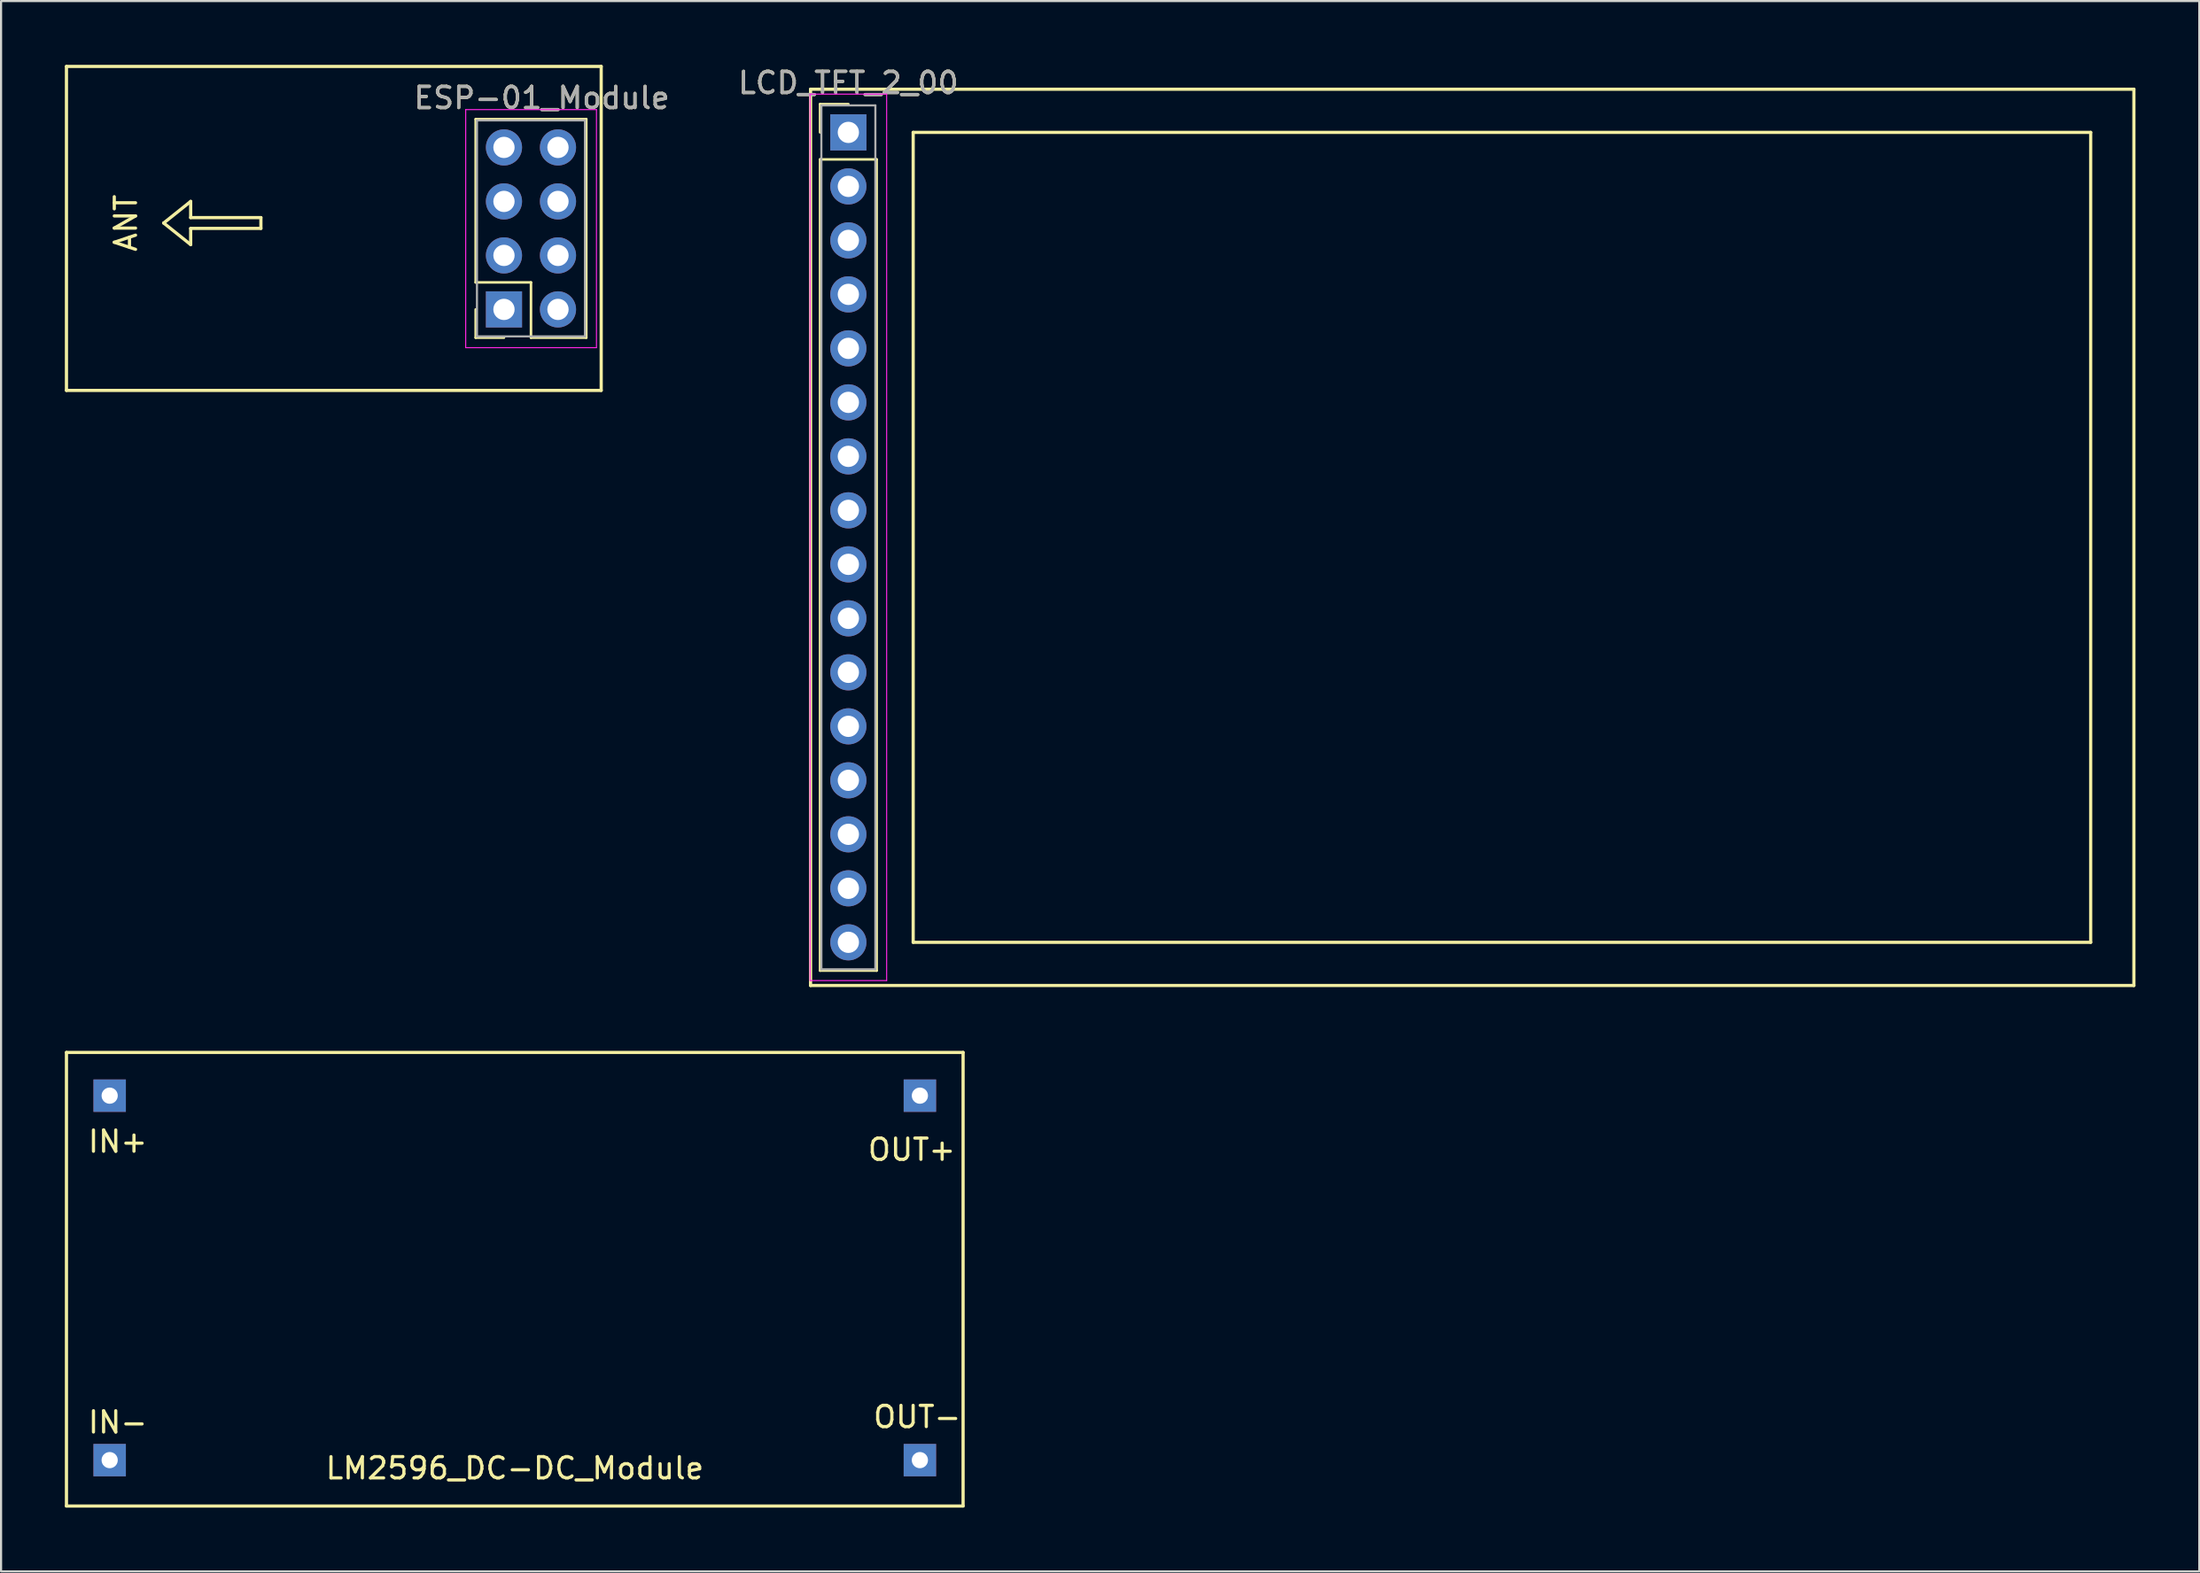
<source format=kicad_pcb>
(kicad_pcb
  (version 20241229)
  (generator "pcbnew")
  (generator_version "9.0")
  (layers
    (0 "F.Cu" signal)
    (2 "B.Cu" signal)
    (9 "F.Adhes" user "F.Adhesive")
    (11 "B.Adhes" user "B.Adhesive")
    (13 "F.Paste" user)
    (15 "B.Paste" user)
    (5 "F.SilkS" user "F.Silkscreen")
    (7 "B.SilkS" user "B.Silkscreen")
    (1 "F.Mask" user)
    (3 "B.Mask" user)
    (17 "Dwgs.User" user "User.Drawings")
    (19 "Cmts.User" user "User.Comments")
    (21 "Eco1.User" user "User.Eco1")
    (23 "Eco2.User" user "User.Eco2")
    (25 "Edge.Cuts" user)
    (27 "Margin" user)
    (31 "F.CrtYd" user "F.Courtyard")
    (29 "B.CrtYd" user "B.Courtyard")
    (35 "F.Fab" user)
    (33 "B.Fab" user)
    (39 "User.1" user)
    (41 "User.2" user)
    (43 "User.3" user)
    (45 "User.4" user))
  (footprint "ESP-01_Module"
    (layer "F.Cu")
    (at 21.157 3.885)
    (property "Reference" "ESP-01_Module" (at 1.27 -2.33 0) (layer "F.SilkS") (effects (font (size 1 1) (thickness 0.15))))
    (attr through_hole)
    (fp_line (start -21.082 -3.81) (end 4.064 -3.81) (stroke (width 0.15) (type solid)) (layer "F.SilkS"))
    (fp_line (start -21.082 11.43) (end -21.082 -3.81) (stroke (width 0.15) (type solid)) (layer "F.SilkS"))
    (fp_line (start -16.51 3.556) (end -15.24 2.54) (stroke (width 0.15) (type solid)) (layer "F.SilkS"))
    (fp_line (start -15.24 2.54) (end -15.24 3.302) (stroke (width 0.15) (type solid)) (layer "F.SilkS"))
    (fp_line (start -15.24 3.302) (end -11.938 3.302) (stroke (width 0.15) (type solid)) (layer "F.SilkS"))
    (fp_line (start -15.24 3.81) (end -15.24 4.572) (stroke (width 0.15) (type solid)) (layer "F.SilkS"))
    (fp_line (start -15.24 4.572) (end -16.51 3.556) (stroke (width 0.15) (type solid)) (layer "F.SilkS"))
    (fp_line (start -11.938 3.302) (end -11.938 3.81) (stroke (width 0.15) (type solid)) (layer "F.SilkS"))
    (fp_line (start -11.938 3.81) (end -15.24 3.81) (stroke (width 0.15) (type solid)) (layer "F.SilkS"))
    (fp_line (start -1.838 -1.33) (end 3.362 -1.33) (stroke (width 0.12) (type solid)) (layer "F.SilkS"))
    (fp_line (start -1.838 6.35) (end -1.838 -1.33) (stroke (width 0.12) (type solid)) (layer "F.SilkS"))
    (fp_line (start -1.838 7.62) (end -1.838 8.95) (stroke (width 0.12) (type solid)) (layer "F.SilkS"))
    (fp_line (start -1.838 8.95) (end -0.508 8.95) (stroke (width 0.12) (type solid)) (layer "F.SilkS"))
    (fp_line (start 0.762 6.35) (end -1.838 6.35) (stroke (width 0.12) (type solid)) (layer "F.SilkS"))
    (fp_line (start 0.762 8.95) (end 0.762 6.35) (stroke (width 0.12) (type solid)) (layer "F.SilkS"))
    (fp_line (start 3.362 -1.33) (end 3.362 8.95) (stroke (width 0.12) (type solid)) (layer "F.SilkS"))
    (fp_line (start 3.362 8.95) (end 0.762 8.95) (stroke (width 0.12) (type solid)) (layer "F.SilkS"))
    (fp_line (start 4.064 -3.81) (end 4.064 11.43) (stroke (width 0.15) (type solid)) (layer "F.SilkS"))
    (fp_line (start 4.064 11.43) (end -21.082 11.43) (stroke (width 0.15) (type solid)) (layer "F.SilkS"))
    (fp_line (start -2.308 -1.78) (end 3.842 -1.78) (stroke (width 0.05) (type solid)) (layer "F.CrtYd"))
    (fp_line (start -2.308 9.42) (end -2.308 -1.78) (stroke (width 0.05) (type solid)) (layer "F.CrtYd"))
    (fp_line (start 3.842 -1.78) (end 3.842 9.42) (stroke (width 0.05) (type solid)) (layer "F.CrtYd"))
    (fp_line (start 3.842 9.42) (end -2.308 9.42) (stroke (width 0.05) (type solid)) (layer "F.CrtYd"))
    (fp_line (start -1.778 -1.27) (end 3.302 -1.27) (stroke (width 0.1) (type solid)) (layer "F.Fab"))
    (fp_line (start -1.778 8.89) (end -1.778 -1.27) (stroke (width 0.1) (type solid)) (layer "F.Fab"))
    (fp_line (start 3.302 -1.27) (end 3.302 8.89) (stroke (width 0.1) (type solid)) (layer "F.Fab"))
    (fp_line (start 3.302 8.89) (end -1.778 8.89) (stroke (width 0.1) (type solid)) (layer "F.Fab"))
    (fp_text user "ANT" (at -18.288 3.556 90) (layer "F.SilkS") (effects (font (size 1 1) (thickness 0.15))))
    (fp_text user "${REFERENCE}" (at 1.27 -2.33 0) (layer "F.Fab") (effects (font (size 1 1) (thickness 0.15))))
    (pad "1" thru_hole rect (at -0.508 7.62 180) (size 1.7 1.7) (drill 1) (layers "*.Cu" "*.Mask"))
    (pad "2" thru_hole oval (at 2.032 7.62 180) (size 1.7 1.7) (drill 1) (layers "*.Cu" "*.Mask"))
    (pad "3" thru_hole oval (at -0.508 5.08 180) (size 1.7 1.7) (drill 1) (layers "*.Cu" "*.Mask"))
    (pad "4" thru_hole oval (at 2.032 5.08 180) (size 1.7 1.7) (drill 1) (layers "*.Cu" "*.Mask"))
    (pad "5" thru_hole oval (at -0.508 2.54 180) (size 1.7 1.7) (drill 1) (layers "*.Cu" "*.Mask"))
    (pad "6" thru_hole oval (at 2.032 2.54 180) (size 1.7 1.7) (drill 1) (layers "*.Cu" "*.Mask"))
    (pad "7" thru_hole oval (at -0.508 0 180) (size 1.7 1.7) (drill 1) (layers "*.Cu" "*.Mask"))
    (pad "8" thru_hole oval (at 2.032 0 180) (size 1.7 1.7) (drill 1) (layers "*.Cu" "*.Mask")))
  (footprint "LM2596_DC-DC_Module"
    (layer "F.Cu")
    (at 21.157 57.128)
    (property "Reference" "LM2596_DC-DC_Module" (at 0 8.89 0) (layer "F.SilkS") (effects (font (size 1 1) (thickness 0.15))))
    (attr through_hole)
    (fp_line (start -21.082 -10.668) (end -21.082 10.668) (stroke (width 0.15) (type solid)) (layer "F.SilkS"))
    (fp_line (start -21.082 10.668) (end 21.082 10.668) (stroke (width 0.15) (type solid)) (layer "F.SilkS"))
    (fp_line (start 21.082 -10.668) (end -21.082 -10.668) (stroke (width 0.15) (type solid)) (layer "F.SilkS"))
    (fp_line (start 21.082 10.668) (end 21.082 -10.668) (stroke (width 0.15) (type solid)) (layer "F.SilkS"))
    (fp_text user "OUT-" (at 18.923 6.477 0) (layer "F.SilkS") (effects (font (size 1 1) (thickness 0.15))))
    (fp_text user "IN-" (at -18.669 6.731 0) (layer "F.SilkS") (effects (font (size 1 1) (thickness 0.15))))
    (fp_text user "OUT+" (at 18.669 -6.096 0) (layer "F.SilkS") (effects (font (size 1 1) (thickness 0.15))))
    (fp_text user "IN+" (at -18.669 -6.477 0) (layer "F.SilkS") (effects (font (size 1 1) (thickness 0.15))))
    (pad "1" thru_hole rect (at -19.05 -8.636) (size 1.524 1.524) (drill 0.762) (layers "*.Cu" "*.Mask"))
    (pad "2" thru_hole rect (at -19.05 8.509) (size 1.524 1.524) (drill 0.762) (layers "*.Cu" "*.Mask"))
    (pad "3" thru_hole rect (at 19.05 8.509) (size 1.524 1.524) (drill 0.762) (layers "*.Cu" "*.Mask"))
    (pad "4" thru_hole rect (at 19.05 -8.636) (size 1.524 1.524) (drill 0.762) (layers "*.Cu" "*.Mask")))
  (footprint "LCD_TFT_2_00"
    (layer "F.Cu")
    (at 36.844 3.178)
    (property "Reference" "LCD_TFT_2_00" (at 0 -2.33 0) (layer "F.SilkS") (effects (font (size 1 1) (thickness 0.15))))
    (attr through_hole)
    (fp_line (start -1.778 -2.032) (end 60.452 -2.032) (stroke (width 0.15) (type solid)) (layer "F.SilkS"))
    (fp_line (start -1.778 40.132) (end -1.778 -2.032) (stroke (width 0.15) (type solid)) (layer "F.SilkS"))
    (fp_line (start -1.33 -1.33) (end 0 -1.33) (stroke (width 0.12) (type solid)) (layer "F.SilkS"))
    (fp_line (start -1.33 0) (end -1.33 -1.33) (stroke (width 0.12) (type solid)) (layer "F.SilkS"))
    (fp_line (start -1.33 1.27) (end -1.33 39.43) (stroke (width 0.12) (type solid)) (layer "F.SilkS"))
    (fp_line (start -1.33 39.43) (end 1.33 39.43) (stroke (width 0.12) (type solid)) (layer "F.SilkS"))
    (fp_line (start 1.33 1.27) (end -1.33 1.27) (stroke (width 0.12) (type solid)) (layer "F.SilkS"))
    (fp_line (start 1.33 39.43) (end 1.33 1.27) (stroke (width 0.12) (type solid)) (layer "F.SilkS"))
    (fp_line (start 3.048 0) (end 3.048 38.1) (stroke (width 0.15) (type solid)) (layer "F.SilkS"))
    (fp_line (start 3.048 38.1) (end 58.42 38.1) (stroke (width 0.15) (type solid)) (layer "F.SilkS"))
    (fp_line (start 58.42 0) (end 3.048 0) (stroke (width 0.15) (type solid)) (layer "F.SilkS"))
    (fp_line (start 58.42 38.1) (end 58.42 0) (stroke (width 0.15) (type solid)) (layer "F.SilkS"))
    (fp_line (start 60.452 -2.032) (end 60.452 40.132) (stroke (width 0.15) (type solid)) (layer "F.SilkS"))
    (fp_line (start 60.452 40.132) (end -1.778 40.132) (stroke (width 0.15) (type solid)) (layer "F.SilkS"))
    (fp_line (start -1.8 -1.8) (end -1.8 39.9) (stroke (width 0.05) (type solid)) (layer "F.CrtYd"))
    (fp_line (start -1.8 39.9) (end 1.8 39.9) (stroke (width 0.05) (type solid)) (layer "F.CrtYd"))
    (fp_line (start 1.8 -1.8) (end -1.8 -1.8) (stroke (width 0.05) (type solid)) (layer "F.CrtYd"))
    (fp_line (start 1.8 39.9) (end 1.8 -1.8) (stroke (width 0.05) (type solid)) (layer "F.CrtYd"))
    (fp_line (start -1.27 -1.27) (end -1.27 39.37) (stroke (width 0.1) (type solid)) (layer "F.Fab"))
    (fp_line (start -1.27 39.37) (end 1.27 39.37) (stroke (width 0.1) (type solid)) (layer "F.Fab"))
    (fp_line (start 1.27 -1.27) (end -1.27 -1.27) (stroke (width 0.1) (type solid)) (layer "F.Fab"))
    (fp_line (start 1.27 39.37) (end 1.27 -1.27) (stroke (width 0.1) (type solid)) (layer "F.Fab"))
    (fp_text user "${REFERENCE}" (at 0 -2.33 0) (layer "F.Fab") (effects (font (size 1 1) (thickness 0.15))))
    (pad "1" thru_hole rect (at 0 0) (size 1.7 1.7) (drill 1) (layers "*.Cu" "*.Mask"))
    (pad "2" thru_hole oval (at 0 2.54) (size 1.7 1.7) (drill 1) (layers "*.Cu" "*.Mask"))
    (pad "3" thru_hole oval (at 0 5.08) (size 1.7 1.7) (drill 1) (layers "*.Cu" "*.Mask"))
    (pad "4" thru_hole oval (at 0 7.62) (size 1.7 1.7) (drill 1) (layers "*.Cu" "*.Mask"))
    (pad "5" thru_hole oval (at 0 10.16) (size 1.7 1.7) (drill 1) (layers "*.Cu" "*.Mask"))
    (pad "6" thru_hole oval (at 0 12.7) (size 1.7 1.7) (drill 1) (layers "*.Cu" "*.Mask"))
    (pad "7" thru_hole oval (at 0 15.24) (size 1.7 1.7) (drill 1) (layers "*.Cu" "*.Mask"))
    (pad "8" thru_hole oval (at 0 17.78) (size 1.7 1.7) (drill 1) (layers "*.Cu" "*.Mask"))
    (pad "9" thru_hole oval (at 0 20.32) (size 1.7 1.7) (drill 1) (layers "*.Cu" "*.Mask"))
    (pad "10" thru_hole oval (at 0 22.86) (size 1.7 1.7) (drill 1) (layers "*.Cu" "*.Mask"))
    (pad "11" thru_hole oval (at 0 25.4) (size 1.7 1.7) (drill 1) (layers "*.Cu" "*.Mask"))
    (pad "12" thru_hole oval (at 0 27.94) (size 1.7 1.7) (drill 1) (layers "*.Cu" "*.Mask"))
    (pad "13" thru_hole oval (at 0 30.48) (size 1.7 1.7) (drill 1) (layers "*.Cu" "*.Mask"))
    (pad "14" thru_hole oval (at 0 33.02) (size 1.7 1.7) (drill 1) (layers "*.Cu" "*.Mask"))
    (pad "15" thru_hole oval (at 0 35.56) (size 1.7 1.7) (drill 1) (layers "*.Cu" "*.Mask"))
    (pad "16" thru_hole oval (at 0 38.1) (size 1.7 1.7) (drill 1) (layers "*.Cu" "*.Mask")))
  (gr_rect
    (start -3 -3)
    (end 100.371 70.871)
    (stroke (width 0.1) (type default))
    (fill no)
    (layer "Edge.Cuts")))
</source>
